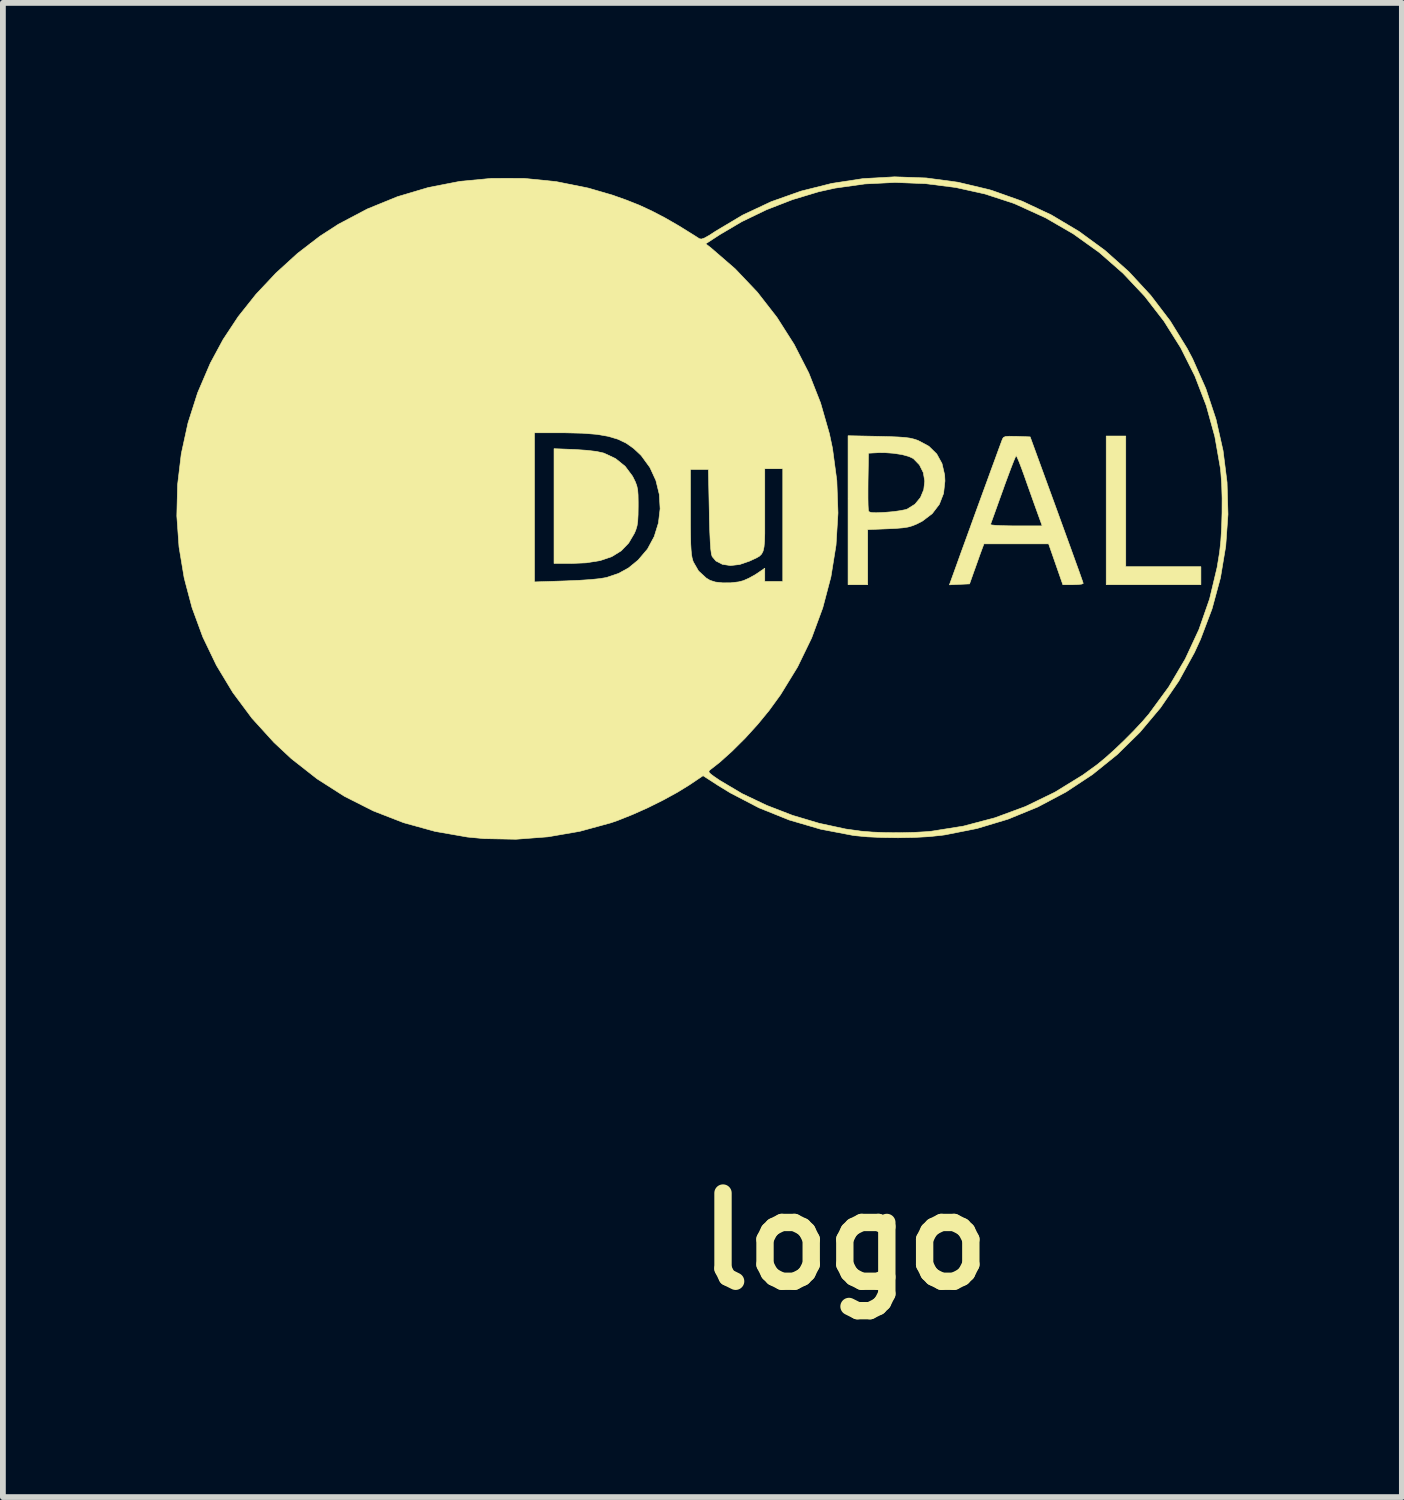
<source format=kicad_pcb>
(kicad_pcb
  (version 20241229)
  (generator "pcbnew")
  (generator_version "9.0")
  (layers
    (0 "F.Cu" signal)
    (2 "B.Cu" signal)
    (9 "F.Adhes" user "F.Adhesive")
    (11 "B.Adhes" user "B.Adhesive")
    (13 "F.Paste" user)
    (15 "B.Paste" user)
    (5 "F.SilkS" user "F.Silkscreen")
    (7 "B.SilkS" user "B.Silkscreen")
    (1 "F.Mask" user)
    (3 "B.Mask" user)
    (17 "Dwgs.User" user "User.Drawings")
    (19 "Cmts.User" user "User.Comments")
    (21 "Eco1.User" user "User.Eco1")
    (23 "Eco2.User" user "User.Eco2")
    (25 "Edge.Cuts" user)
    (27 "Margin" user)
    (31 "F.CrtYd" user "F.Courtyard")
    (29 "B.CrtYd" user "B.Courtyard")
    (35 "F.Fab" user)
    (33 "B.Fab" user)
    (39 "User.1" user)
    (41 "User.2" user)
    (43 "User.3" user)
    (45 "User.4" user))
  (footprint "logo"
    (layer "F.Cu")
    (at 11.546 18.397)
    (property "Reference" "logo" (at 0 0 0) (layer "F.SilkS") (effects (font (size 1.524 1.524) (thickness 0.3))))
    (attr through_hole)
    (fp_poly (pts (xy 4.854 -11.656) (xy 6.152 -11.656) (xy 6.152 -11.345) (xy 4.516 -11.345) (xy 4.516 -13.914) (xy 4.854 -13.914) (xy 4.854 -11.656)) (stroke (width 0.01) (type solid)) (fill yes) (layer "F.SilkS"))
    (fp_poly (pts (xy -4.664 -13.681) (xy -4.457 -13.667) (xy -4.289 -13.647) (xy -4.168 -13.62) (xy -4.159 -13.617) (xy -3.961 -13.524) (xy -3.795 -13.39) (xy -3.67 -13.223) (xy -3.655 -13.195) (xy -3.618 -13.119) (xy -3.594 -13.054) (xy -3.579 -12.985) (xy -3.572 -12.896) (xy -3.57 -12.772) (xy -3.57 -12.702) (xy -3.572 -12.552) (xy -3.578 -12.443) (xy -3.59 -12.361) (xy -3.611 -12.291) (xy -3.635 -12.234) (xy -3.735 -12.064) (xy -3.864 -11.93) (xy -4.026 -11.83) (xy -4.226 -11.762) (xy -4.468 -11.723) (xy -4.729 -11.712) (xy -5.024 -11.712) (xy -5.024 -13.695) (xy -4.664 -13.681)) (stroke (width 0.01) (type solid)) (fill yes) (layer "F.SilkS"))
    (fp_poly (pts (xy 0.586 -13.908) (xy 0.779 -13.903) (xy 0.926 -13.897) (xy 1.036 -13.889) (xy 1.121 -13.878) (xy 1.19 -13.862) (xy 1.252 -13.842) (xy 1.271 -13.834) (xy 1.452 -13.737) (xy 1.588 -13.604) (xy 1.679 -13.438) (xy 1.725 -13.24) (xy 1.73 -13.137) (xy 1.706 -12.922) (xy 1.633 -12.734) (xy 1.511 -12.574) (xy 1.342 -12.445) (xy 1.246 -12.395) (xy 1.168 -12.363) (xy 1.09 -12.341) (xy 0.996 -12.327) (xy 0.873 -12.317) (xy 0.742 -12.311) (xy 0.395 -12.297) (xy 0.395 -11.345) (xy 0.056 -11.345) (xy 0.056 -12.978) (xy 0.4 -12.978) (xy 0.4 -12.835) (xy 0.402 -12.72) (xy 0.406 -12.644) (xy 0.409 -12.619) (xy 0.426 -12.601) (xy 0.467 -12.591) (xy 0.541 -12.588) (xy 0.658 -12.593) (xy 0.704 -12.596) (xy 0.836 -12.607) (xy 0.956 -12.624) (xy 1.048 -12.642) (xy 1.078 -12.652) (xy 1.211 -12.735) (xy 1.307 -12.851) (xy 1.364 -12.988) (xy 1.381 -13.135) (xy 1.356 -13.282) (xy 1.289 -13.416) (xy 1.183 -13.525) (xy 1.103 -13.562) (xy 0.984 -13.594) (xy 0.839 -13.616) (xy 0.686 -13.627) (xy 0.576 -13.626) (xy 0.409 -13.617) (xy 0.401 -13.138) (xy 0.4 -12.978) (xy 0.056 -12.978) (xy 0.056 -13.919) (xy 0.586 -13.908)) (stroke (width 0.01) (type solid)) (fill yes) (layer "F.SilkS"))
    (fp_poly (pts (xy 2.947 -13.908) (xy 2.973 -13.908) (xy 3.202 -13.899) (xy 3.66 -12.644) (xy 3.752 -12.39) (xy 3.838 -12.153) (xy 3.916 -11.938) (xy 3.984 -11.749) (xy 4.041 -11.592) (xy 4.083 -11.473) (xy 4.11 -11.396) (xy 4.119 -11.367) (xy 4.094 -11.356) (xy 4.028 -11.348) (xy 3.944 -11.345) (xy 3.767 -11.345) (xy 3.644 -11.698) (xy 3.521 -12.051) (xy 2.404 -12.051) (xy 2.359 -11.931) (xy 2.328 -11.846) (xy 2.287 -11.73) (xy 2.243 -11.606) (xy 2.235 -11.585) (xy 2.155 -11.359) (xy 1.807 -11.343) (xy 1.917 -11.647) (xy 1.958 -11.761) (xy 2.011 -11.909) (xy 2.075 -12.084) (xy 2.146 -12.28) (xy 2.184 -12.384) (xy 2.516 -12.384) (xy 2.54 -12.377) (xy 2.61 -12.37) (xy 2.719 -12.365) (xy 2.857 -12.362) (xy 2.958 -12.361) (xy 3.41 -12.361) (xy 3.316 -12.622) (xy 3.267 -12.758) (xy 3.208 -12.924) (xy 3.146 -13.098) (xy 3.1 -13.229) (xy 3.053 -13.358) (xy 3.012 -13.465) (xy 2.98 -13.54) (xy 2.962 -13.574) (xy 2.961 -13.575) (xy 2.947 -13.55) (xy 2.917 -13.479) (xy 2.874 -13.369) (xy 2.822 -13.23) (xy 2.762 -13.068) (xy 2.735 -12.991) (xy 2.673 -12.82) (xy 2.618 -12.666) (xy 2.572 -12.538) (xy 2.538 -12.444) (xy 2.519 -12.392) (xy 2.516 -12.384) (xy 2.184 -12.384) (xy 2.222 -12.49) (xy 2.301 -12.707) (xy 2.38 -12.924) (xy 2.457 -13.134) (xy 2.528 -13.33) (xy 2.593 -13.506) (xy 2.647 -13.655) (xy 2.689 -13.769) (xy 2.716 -13.842) (xy 2.725 -13.865) (xy 2.742 -13.89) (xy 2.776 -13.905) (xy 2.841 -13.91) (xy 2.947 -13.908)) (stroke (width 0.01) (type solid)) (fill yes) (layer "F.SilkS"))
    (fp_poly (pts (xy 1.409 -18.372) (xy 1.953 -18.299) (xy 2.488 -18.172) (xy 2.54 -18.157) (xy 3.066 -17.97) (xy 3.569 -17.733) (xy 4.046 -17.449) (xy 4.494 -17.121) (xy 4.908 -16.752) (xy 5.285 -16.344) (xy 5.622 -15.902) (xy 5.914 -15.428) (xy 6.008 -15.25) (xy 6.237 -14.734) (xy 6.413 -14.203) (xy 6.535 -13.661) (xy 6.604 -13.113) (xy 6.62 -12.562) (xy 6.581 -12.011) (xy 6.49 -11.464) (xy 6.344 -10.926) (xy 6.145 -10.4) (xy 6.041 -10.174) (xy 5.77 -9.68) (xy 5.455 -9.22) (xy 5.099 -8.796) (xy 4.706 -8.41) (xy 4.278 -8.065) (xy 3.819 -7.762) (xy 3.332 -7.504) (xy 2.819 -7.294) (xy 2.284 -7.133) (xy 1.73 -7.023) (xy 1.671 -7.015) (xy 1.45 -6.992) (xy 1.194 -6.978) (xy 0.92 -6.973) (xy 0.646 -6.977) (xy 0.39 -6.989) (xy 0.169 -7.01) (xy 0.141 -7.014) (xy -0.418 -7.121) (xy -0.961 -7.28) (xy -1.483 -7.49) (xy -1.98 -7.749) (xy -2.191 -7.878) (xy -2.449 -8.045) (xy -2.685 -7.886) (xy -2.893 -7.758) (xy -3.138 -7.624) (xy -3.403 -7.492) (xy -3.67 -7.373) (xy -3.923 -7.272) (xy -4.041 -7.231) (xy -4.579 -7.084) (xy -5.129 -6.989) (xy -5.682 -6.947) (xy -6.232 -6.958) (xy -6.519 -6.985) (xy -7.08 -7.083) (xy -7.622 -7.233) (xy -8.145 -7.436) (xy -8.644 -7.688) (xy -9.117 -7.99) (xy -9.562 -8.339) (xy -9.864 -8.621) (xy -10.243 -9.038) (xy -10.574 -9.483) (xy -10.857 -9.952) (xy -11.092 -10.441) (xy -11.278 -10.948) (xy -11.396 -11.393) (xy -5.362 -11.393) (xy -4.819 -11.411) (xy -4.588 -11.421) (xy -4.39 -11.434) (xy -4.234 -11.45) (xy -4.125 -11.468) (xy -4.113 -11.471) (xy -3.909 -11.54) (xy -3.738 -11.634) (xy -3.574 -11.768) (xy -3.569 -11.773) (xy -3.409 -11.961) (xy -3.293 -12.177) (xy -3.22 -12.412) (xy -3.191 -12.657) (xy -3.205 -12.905) (xy -3.264 -13.146) (xy -3.351 -13.335) (xy -2.667 -13.335) (xy -2.667 -12.601) (xy -2.667 -12.372) (xy -2.665 -12.191) (xy -2.662 -12.051) (xy -2.656 -11.946) (xy -2.649 -11.867) (xy -2.638 -11.806) (xy -2.624 -11.757) (xy -2.617 -11.738) (xy -2.527 -11.582) (xy -2.393 -11.459) (xy -2.328 -11.42) (xy -2.236 -11.391) (xy -2.109 -11.377) (xy -1.968 -11.378) (xy -1.834 -11.394) (xy -1.753 -11.415) (xy -1.658 -11.457) (xy -1.553 -11.515) (xy -1.51 -11.543) (xy -1.383 -11.63) (xy -1.383 -11.402) (xy -1.072 -11.402) (xy -1.072 -13.349) (xy -1.383 -13.349) (xy -1.383 -12.634) (xy -1.383 -12.408) (xy -1.383 -12.231) (xy -1.387 -12.097) (xy -1.396 -11.997) (xy -1.412 -11.926) (xy -1.438 -11.875) (xy -1.475 -11.838) (xy -1.527 -11.808) (xy -1.594 -11.777) (xy -1.648 -11.752) (xy -1.817 -11.694) (xy -1.976 -11.676) (xy -2.115 -11.697) (xy -2.227 -11.755) (xy -2.292 -11.832) (xy -2.305 -11.875) (xy -2.316 -11.958) (xy -2.325 -12.084) (xy -2.333 -12.257) (xy -2.34 -12.48) (xy -2.342 -12.615) (xy -2.357 -13.335) (xy -2.667 -13.335) (xy -3.351 -13.335) (xy -3.368 -13.371) (xy -3.515 -13.573) (xy -3.53 -13.589) (xy -3.65 -13.701) (xy -3.778 -13.791) (xy -3.921 -13.859) (xy -4.089 -13.909) (xy -4.287 -13.943) (xy -4.525 -13.962) (xy -4.81 -13.969) (xy -4.861 -13.97) (xy -5.362 -13.97) (xy -5.362 -11.393) (xy -11.396 -11.393) (xy -11.415 -11.468) (xy -11.503 -11.997) (xy -11.541 -12.533) (xy -11.528 -13.071) (xy -11.464 -13.607) (xy -11.348 -14.139) (xy -11.181 -14.662) (xy -10.962 -15.173) (xy -10.742 -15.581) (xy -10.481 -15.976) (xy -10.174 -16.362) (xy -9.829 -16.729) (xy -9.458 -17.067) (xy -9.24 -17.235) (xy -2.404 -17.235) (xy -2.31 -17.162) (xy -1.893 -16.801) (xy -1.512 -16.4) (xy -1.172 -15.963) (xy -0.875 -15.496) (xy -0.622 -15.002) (xy -0.419 -14.486) (xy -0.266 -13.953) (xy -0.213 -13.702) (xy -0.138 -13.143) (xy -0.118 -12.584) (xy -0.152 -12.028) (xy -0.24 -11.481) (xy -0.381 -10.946) (xy -0.573 -10.425) (xy -0.816 -9.924) (xy -1.109 -9.446) (xy -1.308 -9.172) (xy -1.505 -8.932) (xy -1.721 -8.694) (xy -1.944 -8.472) (xy -2.161 -8.277) (xy -2.327 -8.147) (xy -2.347 -8.127) (xy -2.346 -8.104) (xy -2.316 -8.073) (xy -2.251 -8.025) (xy -2.156 -7.961) (xy -1.773 -7.734) (xy -1.351 -7.533) (xy -0.903 -7.36) (xy -0.443 -7.223) (xy 0.016 -7.124) (xy 0.282 -7.087) (xy 0.478 -7.071) (xy 0.71 -7.062) (xy 0.957 -7.06) (xy 1.198 -7.066) (xy 1.413 -7.078) (xy 1.49 -7.085) (xy 2.048 -7.174) (xy 2.593 -7.318) (xy 3.121 -7.513) (xy 3.629 -7.76) (xy 4.112 -8.057) (xy 4.36 -8.237) (xy 4.496 -8.349) (xy 4.655 -8.491) (xy 4.824 -8.652) (xy 4.989 -8.818) (xy 5.138 -8.977) (xy 5.257 -9.115) (xy 5.257 -9.116) (xy 5.595 -9.577) (xy 5.882 -10.063) (xy 6.118 -10.571) (xy 6.302 -11.099) (xy 6.432 -11.644) (xy 6.475 -11.906) (xy 6.496 -12.102) (xy 6.51 -12.335) (xy 6.517 -12.587) (xy 6.518 -12.842) (xy 6.511 -13.081) (xy 6.496 -13.288) (xy 6.49 -13.35) (xy 6.393 -13.903) (xy 6.245 -14.438) (xy 6.048 -14.95) (xy 5.803 -15.438) (xy 5.513 -15.899) (xy 5.18 -16.329) (xy 4.807 -16.725) (xy 4.396 -17.085) (xy 3.948 -17.406) (xy 3.468 -17.684) (xy 2.955 -17.918) (xy 2.899 -17.94) (xy 2.421 -18.096) (xy 1.916 -18.208) (xy 1.396 -18.274) (xy 0.869 -18.295) (xy 0.345 -18.269) (xy -0.168 -18.197) (xy -0.452 -18.134) (xy -0.904 -17.998) (xy -1.352 -17.824) (xy -1.781 -17.617) (xy -2.154 -17.397) (xy -2.404 -17.235) (xy -9.24 -17.235) (xy -9.069 -17.366) (xy -8.751 -17.572) (xy -8.249 -17.837) (xy -7.729 -18.049) (xy -7.194 -18.208) (xy -6.649 -18.314) (xy -6.096 -18.366) (xy -5.54 -18.365) (xy -4.985 -18.309) (xy -4.433 -18.198) (xy -4.02 -18.078) (xy -3.778 -17.992) (xy -3.553 -17.903) (xy -3.335 -17.802) (xy -3.112 -17.686) (xy -2.872 -17.548) (xy -2.603 -17.381) (xy -2.511 -17.322) (xy -2.477 -17.317) (xy -2.422 -17.336) (xy -2.337 -17.384) (xy -2.233 -17.452) (xy -1.765 -17.731) (xy -1.271 -17.963) (xy -0.757 -18.145) (xy -0.227 -18.278) (xy 0.314 -18.361) (xy 0.861 -18.392) (xy 1.409 -18.372)) (stroke (width 0.01) (type solid)) (fill yes) (layer "F.SilkS")))
  (gr_rect
    (start -3 -3)
    (end 21.17 22.815)
    (stroke (width 0.1) (type default))
    (fill no)
    (layer "Edge.Cuts")))
</source>
